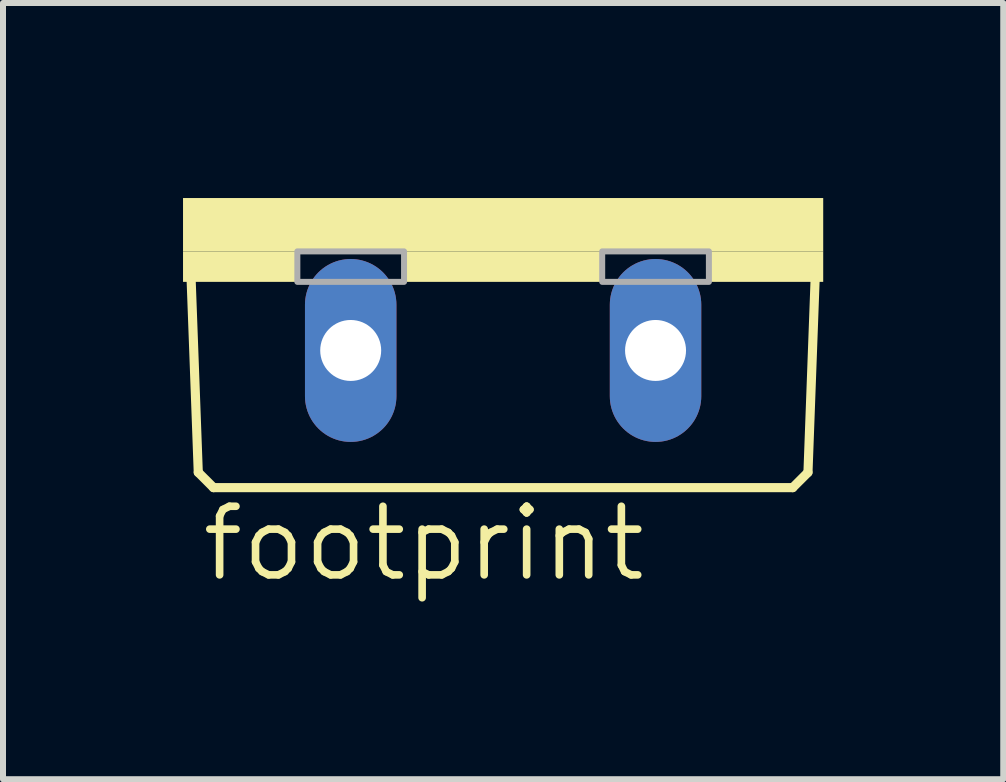
<source format=kicad_pcb>
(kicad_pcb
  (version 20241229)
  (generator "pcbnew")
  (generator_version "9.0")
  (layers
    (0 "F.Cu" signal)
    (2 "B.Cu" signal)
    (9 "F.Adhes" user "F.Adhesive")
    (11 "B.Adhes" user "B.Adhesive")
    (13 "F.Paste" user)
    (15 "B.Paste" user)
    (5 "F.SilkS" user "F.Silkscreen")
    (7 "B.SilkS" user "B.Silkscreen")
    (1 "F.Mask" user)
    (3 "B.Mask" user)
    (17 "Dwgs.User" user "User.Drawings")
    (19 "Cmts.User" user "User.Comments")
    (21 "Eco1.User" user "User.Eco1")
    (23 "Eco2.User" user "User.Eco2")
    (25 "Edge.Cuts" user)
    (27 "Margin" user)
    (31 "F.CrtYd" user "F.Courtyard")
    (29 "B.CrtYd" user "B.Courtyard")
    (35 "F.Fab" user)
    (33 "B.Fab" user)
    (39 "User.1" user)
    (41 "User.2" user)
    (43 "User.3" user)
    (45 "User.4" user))
  (footprint "footprint"
    (layer "F.Cu")
    (at 5.334 0.25)
    (property "Reference" "footprint" (at -5.08 6.426 0) (layer "F.SilkS") (effects (font (size 1.143 1.143) (thickness 0.127)) (justify left bottom)))
    (fp_line (start -5.08 4.572) (end -5.207 1.143) (stroke (width 0.152) (type solid)) (layer "F.SilkS"))
    (fp_line (start -5.08 4.572) (end -4.826 4.826) (stroke (width 0.152) (type solid)) (layer "F.SilkS"))
    (fp_line (start 4.826 4.826) (end -4.826 4.826) (stroke (width 0.152) (type solid)) (layer "F.SilkS"))
    (fp_line (start 4.826 4.826) (end 5.08 4.572) (stroke (width 0.152) (type solid)) (layer "F.SilkS"))
    (fp_line (start 5.207 1.143) (end 5.08 4.572) (stroke (width 0.152) (type solid)) (layer "F.SilkS"))
    (fp_poly (pts (xy -5.334 0.889) (xy 5.334 0.889) (xy 5.334 0) (xy -5.334 0)) (stroke (width 0) (type solid)) (fill yes) (layer "F.SilkS"))
    (fp_poly (pts (xy -5.334 1.397) (xy -3.429 1.397) (xy -3.429 0.889) (xy -5.334 0.889)) (stroke (width 0) (type solid)) (fill yes) (layer "F.SilkS"))
    (fp_poly (pts (xy -1.651 1.397) (xy 1.651 1.397) (xy 1.651 0.889) (xy -1.651 0.889)) (stroke (width 0) (type solid)) (fill yes) (layer "F.SilkS"))
    (fp_poly (pts (xy 3.429 1.397) (xy 5.334 1.397) (xy 5.334 0.889) (xy 3.429 0.889)) (stroke (width 0) (type solid)) (fill yes) (layer "F.SilkS"))
    (fp_poly (pts (xy -3.429 1.397) (xy -1.651 1.397) (xy -1.651 0.889) (xy -3.429 0.889)) (stroke (width 0.1) (type solid)) (fill no) (layer "F.Fab"))
    (fp_poly (pts (xy 1.651 1.397) (xy 3.429 1.397) (xy 3.429 0.889) (xy 1.651 0.889)) (stroke (width 0.1) (type solid)) (fill no) (layer "F.Fab"))
    (pad "A" thru_hole oval (at 2.54 2.54 90) (size 3.048 1.524) (drill 1.016) (layers "*.Cu" "*.Mask"))
    (pad "C" thru_hole oval (at -2.54 2.54 90) (size 3.048 1.524) (drill 1.016) (layers "*.Cu" "*.Mask")))
  (gr_rect
    (start -3 -3)
    (end 13.668 9.935)
    (stroke (width 0.1) (type default))
    (fill no)
    (layer "Edge.Cuts")))
</source>
